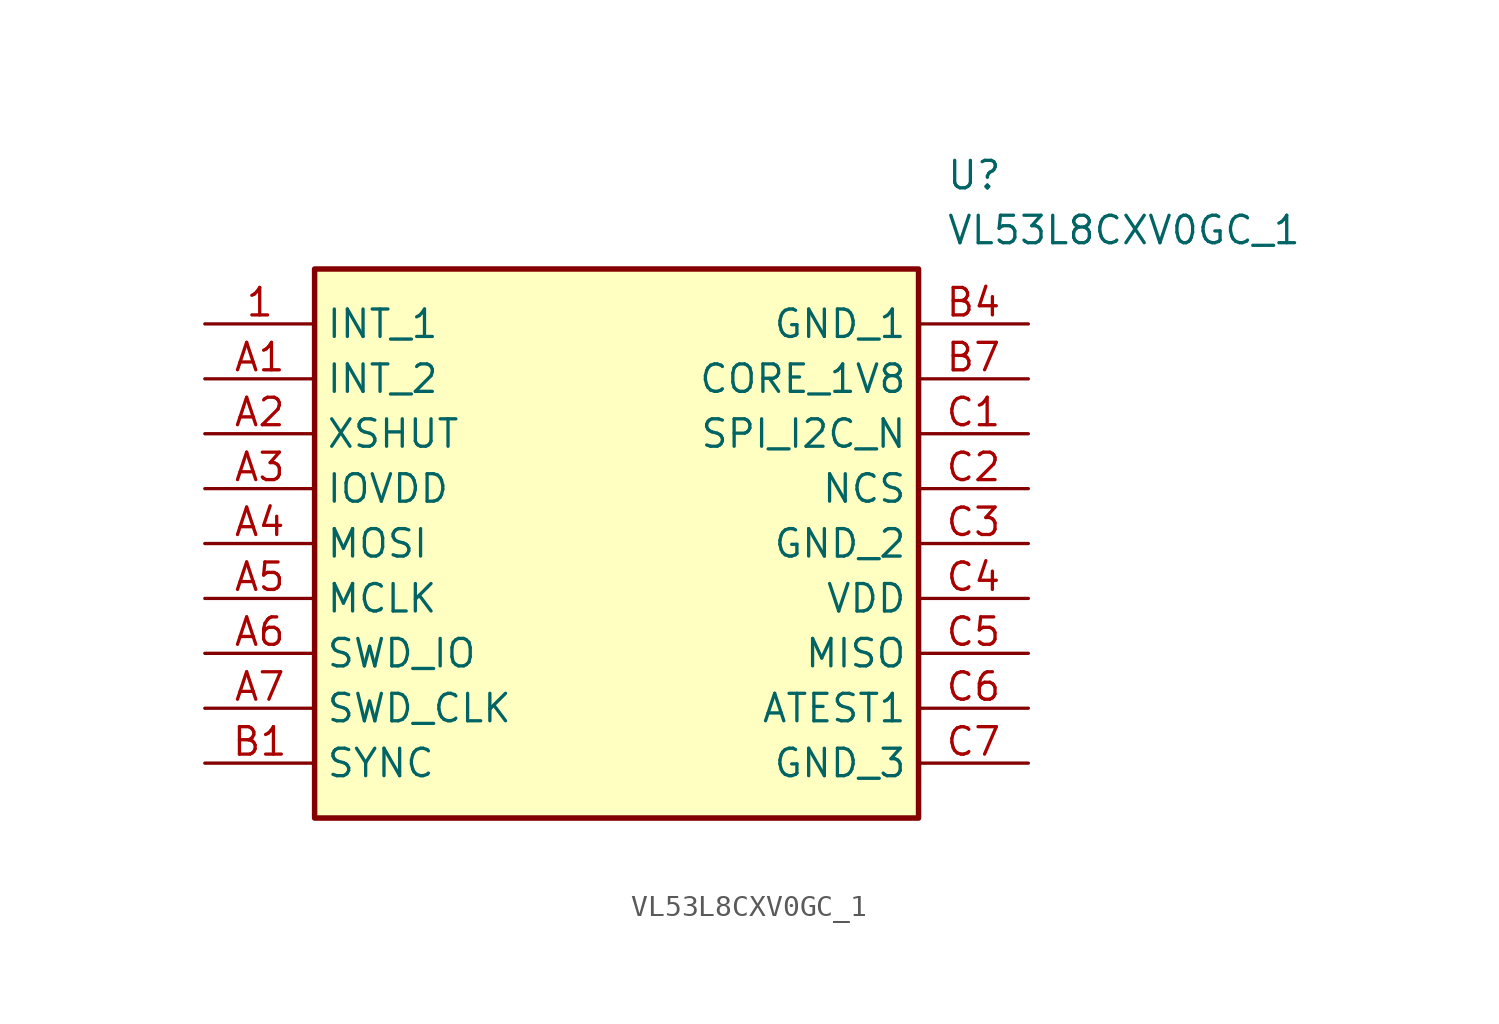
<source format=kicad_sym>
(kicad_symbol_lib
  (version 20211014)
  (generator SamacSys_ECAD_Model)
  (symbol "VL53L8CXV0GC_1"
    (property "Reference" "U"
      (at 34.29 7.62 0)
      (effects (font (size 1.27 1.27)) (justify left top)))
    (property "Value" "VL53L8CXV0GC_1"
      (at 34.29 5.08 0)
      (effects (font (size 1.27 1.27)) (justify left top)))
    (rectangle
      (start 5.08 2.54)
      (end 33.02 -22.86)
      (stroke (width 0.254) (type default))
      (fill (type background)))
    (pin passive line
      (at 0 0 0)
      (length 5.08)
      (name "INT_1" (effects (font (size 1.27 1.27))))
      (number "1" (effects (font (size 1.27 1.27)))))
    (pin passive line
      (at 0 -2.54 0)
      (length 5.08)
      (name "INT_2" (effects (font (size 1.27 1.27))))
      (number "A1" (effects (font (size 1.27 1.27)))))
    (pin passive line
      (at 0 -5.08 0)
      (length 5.08)
      (name "XSHUT" (effects (font (size 1.27 1.27))))
      (number "A2" (effects (font (size 1.27 1.27)))))
    (pin passive line
      (at 0 -7.62 0)
      (length 5.08)
      (name "IOVDD" (effects (font (size 1.27 1.27))))
      (number "A3" (effects (font (size 1.27 1.27)))))
    (pin passive line
      (at 0 -10.16 0)
      (length 5.08)
      (name "MOSI" (effects (font (size 1.27 1.27))))
      (number "A4" (effects (font (size 1.27 1.27)))))
    (pin passive line
      (at 0 -12.7 0)
      (length 5.08)
      (name "MCLK" (effects (font (size 1.27 1.27))))
      (number "A5" (effects (font (size 1.27 1.27)))))
    (pin passive line
      (at 0 -15.24 0)
      (length 5.08)
      (name "SWD_IO" (effects (font (size 1.27 1.27))))
      (number "A6" (effects (font (size 1.27 1.27)))))
    (pin passive line
      (at 0 -17.78 0)
      (length 5.08)
      (name "SWD_CLK" (effects (font (size 1.27 1.27))))
      (number "A7" (effects (font (size 1.27 1.27)))))
    (pin passive line
      (at 0 -20.32 0)
      (length 5.08)
      (name "SYNC" (effects (font (size 1.27 1.27))))
      (number "B1" (effects (font (size 1.27 1.27)))))
    (pin passive line
      (at 38.1 0 180)
      (length 5.08)
      (name "GND_1" (effects (font (size 1.27 1.27))))
      (number "B4" (effects (font (size 1.27 1.27)))))
    (pin passive line
      (at 38.1 -2.54 180)
      (length 5.08)
      (name "CORE_1V8" (effects (font (size 1.27 1.27))))
      (number "B7" (effects (font (size 1.27 1.27)))))
    (pin passive line
      (at 38.1 -5.08 180)
      (length 5.08)
      (name "SPI_I2C_N" (effects (font (size 1.27 1.27))))
      (number "C1" (effects (font (size 1.27 1.27)))))
    (pin passive line
      (at 38.1 -7.62 180)
      (length 5.08)
      (name "NCS" (effects (font (size 1.27 1.27))))
      (number "C2" (effects (font (size 1.27 1.27)))))
    (pin passive line
      (at 38.1 -10.16 180)
      (length 5.08)
      (name "GND_2" (effects (font (size 1.27 1.27))))
      (number "C3" (effects (font (size 1.27 1.27)))))
    (pin passive line
      (at 38.1 -12.7 180)
      (length 5.08)
      (name "VDD" (effects (font (size 1.27 1.27))))
      (number "C4" (effects (font (size 1.27 1.27)))))
    (pin passive line
      (at 38.1 -15.24 180)
      (length 5.08)
      (name "MISO" (effects (font (size 1.27 1.27))))
      (number "C5" (effects (font (size 1.27 1.27)))))
    (pin passive line
      (at 38.1 -17.78 180)
      (length 5.08)
      (name "ATEST1" (effects (font (size 1.27 1.27))))
      (number "C6" (effects (font (size 1.27 1.27)))))
    (pin passive line
      (at 38.1 -20.32 180)
      (length 5.08)
      (name "GND_3" (effects (font (size 1.27 1.27))))
      (number "C7" (effects (font (size 1.27 1.27)))))))
</source>
